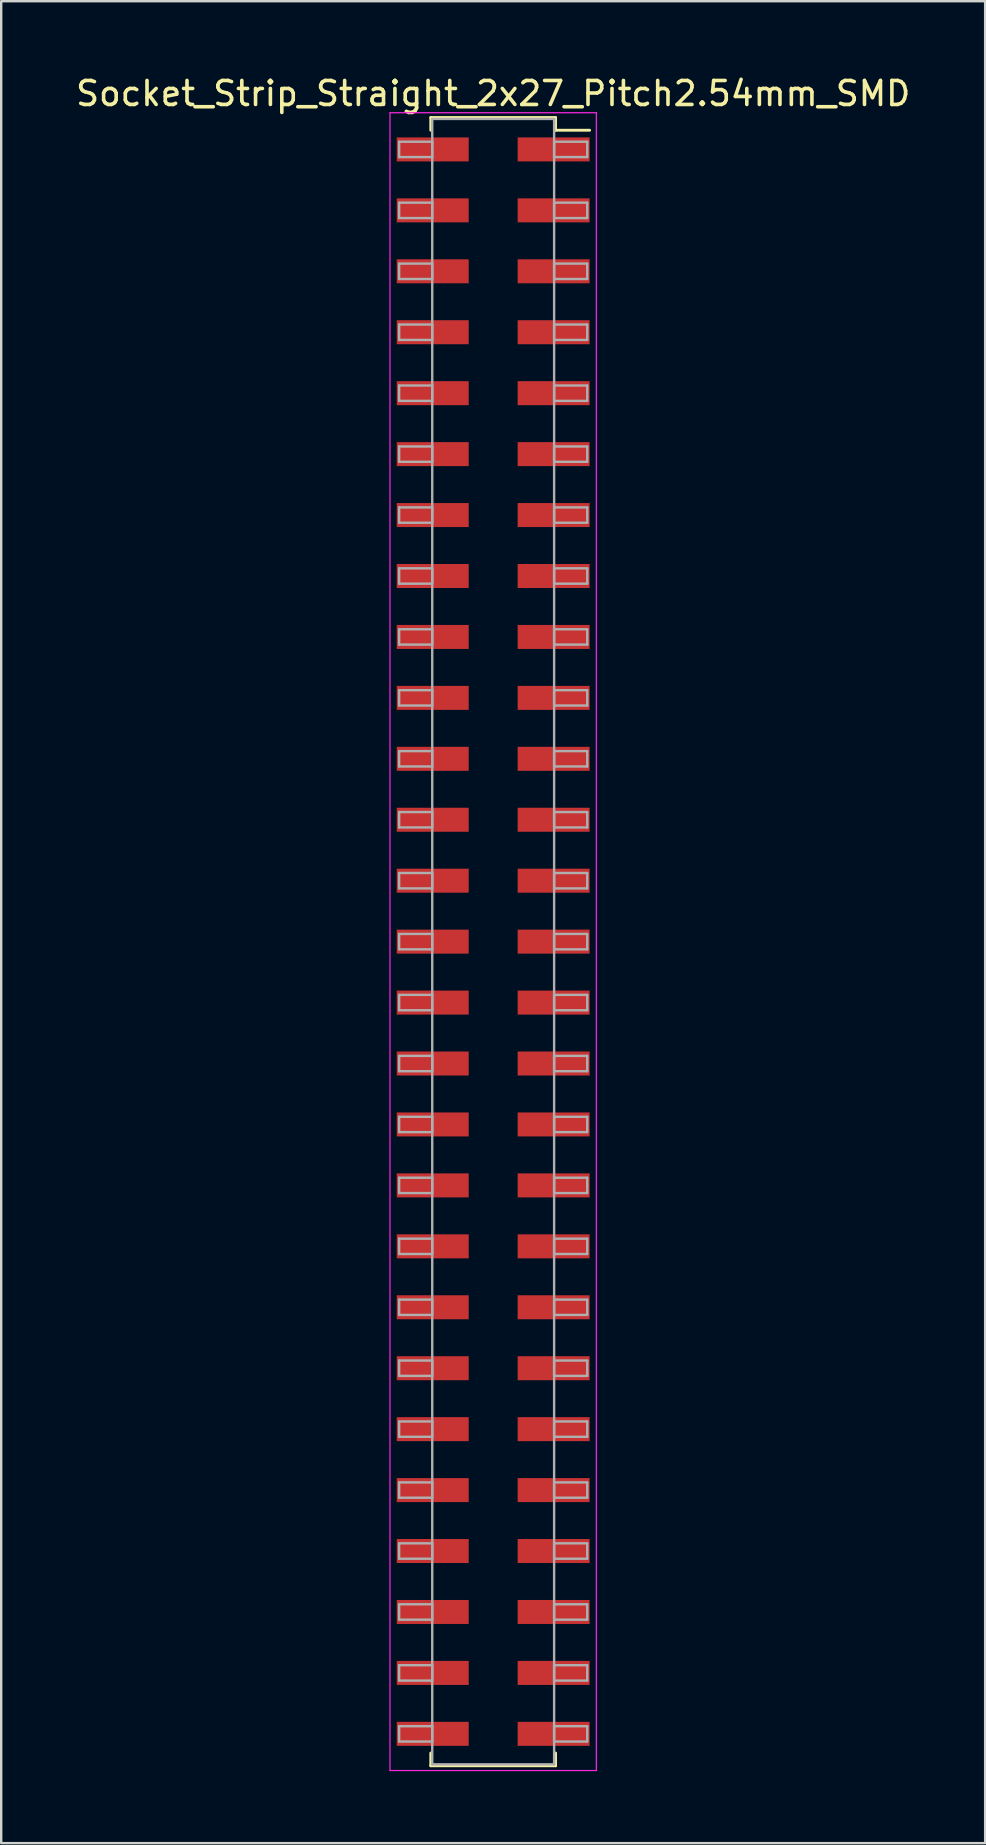
<source format=kicad_pcb>
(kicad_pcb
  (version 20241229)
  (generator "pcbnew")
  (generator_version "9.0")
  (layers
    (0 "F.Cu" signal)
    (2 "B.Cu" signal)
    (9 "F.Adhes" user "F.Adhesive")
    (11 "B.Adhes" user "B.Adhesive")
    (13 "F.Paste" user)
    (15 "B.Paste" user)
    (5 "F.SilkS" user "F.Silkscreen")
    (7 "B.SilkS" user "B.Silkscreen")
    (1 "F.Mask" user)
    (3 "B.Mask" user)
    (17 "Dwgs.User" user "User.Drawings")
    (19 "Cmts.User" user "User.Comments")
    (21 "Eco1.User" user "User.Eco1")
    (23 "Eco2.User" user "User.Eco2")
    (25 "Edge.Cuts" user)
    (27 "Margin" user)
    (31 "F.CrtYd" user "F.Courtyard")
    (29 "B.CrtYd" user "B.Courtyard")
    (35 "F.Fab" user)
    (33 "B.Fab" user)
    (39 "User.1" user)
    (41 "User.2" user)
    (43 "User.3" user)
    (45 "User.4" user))
  (footprint "Socket_Strip_Straight_2x27_Pitch2.54mm_SMD"
    (layer "F.Cu")
    (at 17.506 36.198)
    (property "Reference" "Socket_Strip_Straight_2x27_Pitch2.54mm_SMD" (at 0 -35.35 0) (layer "F.SilkS") (effects (font (size 1 1) (thickness 0.15))))
    (attr smd)
    (fp_line (start -2.6 -34.35) (end 2.6 -34.35) (stroke (width 0.12) (type solid)) (layer "F.SilkS"))
    (fp_line (start -2.6 -33.82) (end -2.6 -34.35) (stroke (width 0.12) (type solid)) (layer "F.SilkS"))
    (fp_line (start -2.6 33.82) (end -2.6 34.35) (stroke (width 0.12) (type solid)) (layer "F.SilkS"))
    (fp_line (start -2.6 34.35) (end 2.6 34.35) (stroke (width 0.12) (type solid)) (layer "F.SilkS"))
    (fp_line (start 2.6 -34.35) (end 2.6 -33.82) (stroke (width 0.12) (type solid)) (layer "F.SilkS"))
    (fp_line (start 2.6 34.35) (end 2.6 33.82) (stroke (width 0.12) (type solid)) (layer "F.SilkS"))
    (fp_line (start 4.02 -33.82) (end 2.6 -33.82) (stroke (width 0.12) (type solid)) (layer "F.SilkS"))
    (fp_line (start -4.3 -34.55) (end -4.3 34.55) (stroke (width 0.05) (type solid)) (layer "F.CrtYd"))
    (fp_line (start -4.3 34.55) (end 4.3 34.55) (stroke (width 0.05) (type solid)) (layer "F.CrtYd"))
    (fp_line (start 4.3 -34.55) (end -4.3 -34.55) (stroke (width 0.05) (type solid)) (layer "F.CrtYd"))
    (fp_line (start 4.3 34.55) (end 4.3 -34.55) (stroke (width 0.05) (type solid)) (layer "F.CrtYd"))
    (fp_line (start -3.92 -33.34) (end -2.54 -33.34) (stroke (width 0.1) (type solid)) (layer "F.Fab"))
    (fp_line (start -3.92 -32.7) (end -3.92 -33.34) (stroke (width 0.1) (type solid)) (layer "F.Fab"))
    (fp_line (start -3.92 -30.8) (end -2.54 -30.8) (stroke (width 0.1) (type solid)) (layer "F.Fab"))
    (fp_line (start -3.92 -30.16) (end -3.92 -30.8) (stroke (width 0.1) (type solid)) (layer "F.Fab"))
    (fp_line (start -3.92 -28.26) (end -2.54 -28.26) (stroke (width 0.1) (type solid)) (layer "F.Fab"))
    (fp_line (start -3.92 -27.62) (end -3.92 -28.26) (stroke (width 0.1) (type solid)) (layer "F.Fab"))
    (fp_line (start -3.92 -25.72) (end -2.54 -25.72) (stroke (width 0.1) (type solid)) (layer "F.Fab"))
    (fp_line (start -3.92 -25.08) (end -3.92 -25.72) (stroke (width 0.1) (type solid)) (layer "F.Fab"))
    (fp_line (start -3.92 -23.18) (end -2.54 -23.18) (stroke (width 0.1) (type solid)) (layer "F.Fab"))
    (fp_line (start -3.92 -22.54) (end -3.92 -23.18) (stroke (width 0.1) (type solid)) (layer "F.Fab"))
    (fp_line (start -3.92 -20.64) (end -2.54 -20.64) (stroke (width 0.1) (type solid)) (layer "F.Fab"))
    (fp_line (start -3.92 -20) (end -3.92 -20.64) (stroke (width 0.1) (type solid)) (layer "F.Fab"))
    (fp_line (start -3.92 -18.1) (end -2.54 -18.1) (stroke (width 0.1) (type solid)) (layer "F.Fab"))
    (fp_line (start -3.92 -17.46) (end -3.92 -18.1) (stroke (width 0.1) (type solid)) (layer "F.Fab"))
    (fp_line (start -3.92 -15.56) (end -2.54 -15.56) (stroke (width 0.1) (type solid)) (layer "F.Fab"))
    (fp_line (start -3.92 -14.92) (end -3.92 -15.56) (stroke (width 0.1) (type solid)) (layer "F.Fab"))
    (fp_line (start -3.92 -13.02) (end -2.54 -13.02) (stroke (width 0.1) (type solid)) (layer "F.Fab"))
    (fp_line (start -3.92 -12.38) (end -3.92 -13.02) (stroke (width 0.1) (type solid)) (layer "F.Fab"))
    (fp_line (start -3.92 -10.48) (end -2.54 -10.48) (stroke (width 0.1) (type solid)) (layer "F.Fab"))
    (fp_line (start -3.92 -9.84) (end -3.92 -10.48) (stroke (width 0.1) (type solid)) (layer "F.Fab"))
    (fp_line (start -3.92 -7.94) (end -2.54 -7.94) (stroke (width 0.1) (type solid)) (layer "F.Fab"))
    (fp_line (start -3.92 -7.3) (end -3.92 -7.94) (stroke (width 0.1) (type solid)) (layer "F.Fab"))
    (fp_line (start -3.92 -5.4) (end -2.54 -5.4) (stroke (width 0.1) (type solid)) (layer "F.Fab"))
    (fp_line (start -3.92 -4.76) (end -3.92 -5.4) (stroke (width 0.1) (type solid)) (layer "F.Fab"))
    (fp_line (start -3.92 -2.86) (end -2.54 -2.86) (stroke (width 0.1) (type solid)) (layer "F.Fab"))
    (fp_line (start -3.92 -2.22) (end -3.92 -2.86) (stroke (width 0.1) (type solid)) (layer "F.Fab"))
    (fp_line (start -3.92 -0.32) (end -2.54 -0.32) (stroke (width 0.1) (type solid)) (layer "F.Fab"))
    (fp_line (start -3.92 0.32) (end -3.92 -0.32) (stroke (width 0.1) (type solid)) (layer "F.Fab"))
    (fp_line (start -3.92 2.22) (end -2.54 2.22) (stroke (width 0.1) (type solid)) (layer "F.Fab"))
    (fp_line (start -3.92 2.86) (end -3.92 2.22) (stroke (width 0.1) (type solid)) (layer "F.Fab"))
    (fp_line (start -3.92 4.76) (end -2.54 4.76) (stroke (width 0.1) (type solid)) (layer "F.Fab"))
    (fp_line (start -3.92 5.4) (end -3.92 4.76) (stroke (width 0.1) (type solid)) (layer "F.Fab"))
    (fp_line (start -3.92 7.3) (end -2.54 7.3) (stroke (width 0.1) (type solid)) (layer "F.Fab"))
    (fp_line (start -3.92 7.94) (end -3.92 7.3) (stroke (width 0.1) (type solid)) (layer "F.Fab"))
    (fp_line (start -3.92 9.84) (end -2.54 9.84) (stroke (width 0.1) (type solid)) (layer "F.Fab"))
    (fp_line (start -3.92 10.48) (end -3.92 9.84) (stroke (width 0.1) (type solid)) (layer "F.Fab"))
    (fp_line (start -3.92 12.38) (end -2.54 12.38) (stroke (width 0.1) (type solid)) (layer "F.Fab"))
    (fp_line (start -3.92 13.02) (end -3.92 12.38) (stroke (width 0.1) (type solid)) (layer "F.Fab"))
    (fp_line (start -3.92 14.92) (end -2.54 14.92) (stroke (width 0.1) (type solid)) (layer "F.Fab"))
    (fp_line (start -3.92 15.56) (end -3.92 14.92) (stroke (width 0.1) (type solid)) (layer "F.Fab"))
    (fp_line (start -3.92 17.46) (end -2.54 17.46) (stroke (width 0.1) (type solid)) (layer "F.Fab"))
    (fp_line (start -3.92 18.1) (end -3.92 17.46) (stroke (width 0.1) (type solid)) (layer "F.Fab"))
    (fp_line (start -3.92 20) (end -2.54 20) (stroke (width 0.1) (type solid)) (layer "F.Fab"))
    (fp_line (start -3.92 20.64) (end -3.92 20) (stroke (width 0.1) (type solid)) (layer "F.Fab"))
    (fp_line (start -3.92 22.54) (end -2.54 22.54) (stroke (width 0.1) (type solid)) (layer "F.Fab"))
    (fp_line (start -3.92 23.18) (end -3.92 22.54) (stroke (width 0.1) (type solid)) (layer "F.Fab"))
    (fp_line (start -3.92 25.08) (end -2.54 25.08) (stroke (width 0.1) (type solid)) (layer "F.Fab"))
    (fp_line (start -3.92 25.72) (end -3.92 25.08) (stroke (width 0.1) (type solid)) (layer "F.Fab"))
    (fp_line (start -3.92 27.62) (end -2.54 27.62) (stroke (width 0.1) (type solid)) (layer "F.Fab"))
    (fp_line (start -3.92 28.26) (end -3.92 27.62) (stroke (width 0.1) (type solid)) (layer "F.Fab"))
    (fp_line (start -3.92 30.16) (end -2.54 30.16) (stroke (width 0.1) (type solid)) (layer "F.Fab"))
    (fp_line (start -3.92 30.8) (end -3.92 30.16) (stroke (width 0.1) (type solid)) (layer "F.Fab"))
    (fp_line (start -3.92 32.7) (end -2.54 32.7) (stroke (width 0.1) (type solid)) (layer "F.Fab"))
    (fp_line (start -3.92 33.34) (end -3.92 32.7) (stroke (width 0.1) (type solid)) (layer "F.Fab"))
    (fp_line (start -2.54 -34.29) (end -2.54 34.29) (stroke (width 0.1) (type solid)) (layer "F.Fab"))
    (fp_line (start -2.54 -33.34) (end -2.54 -32.7) (stroke (width 0.1) (type solid)) (layer "F.Fab"))
    (fp_line (start -2.54 -32.7) (end -3.92 -32.7) (stroke (width 0.1) (type solid)) (layer "F.Fab"))
    (fp_line (start -2.54 -30.8) (end -2.54 -30.16) (stroke (width 0.1) (type solid)) (layer "F.Fab"))
    (fp_line (start -2.54 -30.16) (end -3.92 -30.16) (stroke (width 0.1) (type solid)) (layer "F.Fab"))
    (fp_line (start -2.54 -28.26) (end -2.54 -27.62) (stroke (width 0.1) (type solid)) (layer "F.Fab"))
    (fp_line (start -2.54 -27.62) (end -3.92 -27.62) (stroke (width 0.1) (type solid)) (layer "F.Fab"))
    (fp_line (start -2.54 -25.72) (end -2.54 -25.08) (stroke (width 0.1) (type solid)) (layer "F.Fab"))
    (fp_line (start -2.54 -25.08) (end -3.92 -25.08) (stroke (width 0.1) (type solid)) (layer "F.Fab"))
    (fp_line (start -2.54 -23.18) (end -2.54 -22.54) (stroke (width 0.1) (type solid)) (layer "F.Fab"))
    (fp_line (start -2.54 -22.54) (end -3.92 -22.54) (stroke (width 0.1) (type solid)) (layer "F.Fab"))
    (fp_line (start -2.54 -20.64) (end -2.54 -20) (stroke (width 0.1) (type solid)) (layer "F.Fab"))
    (fp_line (start -2.54 -20) (end -3.92 -20) (stroke (width 0.1) (type solid)) (layer "F.Fab"))
    (fp_line (start -2.54 -18.1) (end -2.54 -17.46) (stroke (width 0.1) (type solid)) (layer "F.Fab"))
    (fp_line (start -2.54 -17.46) (end -3.92 -17.46) (stroke (width 0.1) (type solid)) (layer "F.Fab"))
    (fp_line (start -2.54 -15.56) (end -2.54 -14.92) (stroke (width 0.1) (type solid)) (layer "F.Fab"))
    (fp_line (start -2.54 -14.92) (end -3.92 -14.92) (stroke (width 0.1) (type solid)) (layer "F.Fab"))
    (fp_line (start -2.54 -13.02) (end -2.54 -12.38) (stroke (width 0.1) (type solid)) (layer "F.Fab"))
    (fp_line (start -2.54 -12.38) (end -3.92 -12.38) (stroke (width 0.1) (type solid)) (layer "F.Fab"))
    (fp_line (start -2.54 -10.48) (end -2.54 -9.84) (stroke (width 0.1) (type solid)) (layer "F.Fab"))
    (fp_line (start -2.54 -9.84) (end -3.92 -9.84) (stroke (width 0.1) (type solid)) (layer "F.Fab"))
    (fp_line (start -2.54 -7.94) (end -2.54 -7.3) (stroke (width 0.1) (type solid)) (layer "F.Fab"))
    (fp_line (start -2.54 -7.3) (end -3.92 -7.3) (stroke (width 0.1) (type solid)) (layer "F.Fab"))
    (fp_line (start -2.54 -5.4) (end -2.54 -4.76) (stroke (width 0.1) (type solid)) (layer "F.Fab"))
    (fp_line (start -2.54 -4.76) (end -3.92 -4.76) (stroke (width 0.1) (type solid)) (layer "F.Fab"))
    (fp_line (start -2.54 -2.86) (end -2.54 -2.22) (stroke (width 0.1) (type solid)) (layer "F.Fab"))
    (fp_line (start -2.54 -2.22) (end -3.92 -2.22) (stroke (width 0.1) (type solid)) (layer "F.Fab"))
    (fp_line (start -2.54 -0.32) (end -2.54 0.32) (stroke (width 0.1) (type solid)) (layer "F.Fab"))
    (fp_line (start -2.54 0.32) (end -3.92 0.32) (stroke (width 0.1) (type solid)) (layer "F.Fab"))
    (fp_line (start -2.54 2.22) (end -2.54 2.86) (stroke (width 0.1) (type solid)) (layer "F.Fab"))
    (fp_line (start -2.54 2.86) (end -3.92 2.86) (stroke (width 0.1) (type solid)) (layer "F.Fab"))
    (fp_line (start -2.54 4.76) (end -2.54 5.4) (stroke (width 0.1) (type solid)) (layer "F.Fab"))
    (fp_line (start -2.54 5.4) (end -3.92 5.4) (stroke (width 0.1) (type solid)) (layer "F.Fab"))
    (fp_line (start -2.54 7.3) (end -2.54 7.94) (stroke (width 0.1) (type solid)) (layer "F.Fab"))
    (fp_line (start -2.54 7.94) (end -3.92 7.94) (stroke (width 0.1) (type solid)) (layer "F.Fab"))
    (fp_line (start -2.54 9.84) (end -2.54 10.48) (stroke (width 0.1) (type solid)) (layer "F.Fab"))
    (fp_line (start -2.54 10.48) (end -3.92 10.48) (stroke (width 0.1) (type solid)) (layer "F.Fab"))
    (fp_line (start -2.54 12.38) (end -2.54 13.02) (stroke (width 0.1) (type solid)) (layer "F.Fab"))
    (fp_line (start -2.54 13.02) (end -3.92 13.02) (stroke (width 0.1) (type solid)) (layer "F.Fab"))
    (fp_line (start -2.54 14.92) (end -2.54 15.56) (stroke (width 0.1) (type solid)) (layer "F.Fab"))
    (fp_line (start -2.54 15.56) (end -3.92 15.56) (stroke (width 0.1) (type solid)) (layer "F.Fab"))
    (fp_line (start -2.54 17.46) (end -2.54 18.1) (stroke (width 0.1) (type solid)) (layer "F.Fab"))
    (fp_line (start -2.54 18.1) (end -3.92 18.1) (stroke (width 0.1) (type solid)) (layer "F.Fab"))
    (fp_line (start -2.54 20) (end -2.54 20.64) (stroke (width 0.1) (type solid)) (layer "F.Fab"))
    (fp_line (start -2.54 20.64) (end -3.92 20.64) (stroke (width 0.1) (type solid)) (layer "F.Fab"))
    (fp_line (start -2.54 22.54) (end -2.54 23.18) (stroke (width 0.1) (type solid)) (layer "F.Fab"))
    (fp_line (start -2.54 23.18) (end -3.92 23.18) (stroke (width 0.1) (type solid)) (layer "F.Fab"))
    (fp_line (start -2.54 25.08) (end -2.54 25.72) (stroke (width 0.1) (type solid)) (layer "F.Fab"))
    (fp_line (start -2.54 25.72) (end -3.92 25.72) (stroke (width 0.1) (type solid)) (layer "F.Fab"))
    (fp_line (start -2.54 27.62) (end -2.54 28.26) (stroke (width 0.1) (type solid)) (layer "F.Fab"))
    (fp_line (start -2.54 28.26) (end -3.92 28.26) (stroke (width 0.1) (type solid)) (layer "F.Fab"))
    (fp_line (start -2.54 30.16) (end -2.54 30.8) (stroke (width 0.1) (type solid)) (layer "F.Fab"))
    (fp_line (start -2.54 30.8) (end -3.92 30.8) (stroke (width 0.1) (type solid)) (layer "F.Fab"))
    (fp_line (start -2.54 32.7) (end -2.54 33.34) (stroke (width 0.1) (type solid)) (layer "F.Fab"))
    (fp_line (start -2.54 33.34) (end -3.92 33.34) (stroke (width 0.1) (type solid)) (layer "F.Fab"))
    (fp_line (start -2.54 34.29) (end 2.54 34.29) (stroke (width 0.1) (type solid)) (layer "F.Fab"))
    (fp_line (start 2.54 -34.29) (end -2.54 -34.29) (stroke (width 0.1) (type solid)) (layer "F.Fab"))
    (fp_line (start 2.54 -33.34) (end 2.54 -32.7) (stroke (width 0.1) (type solid)) (layer "F.Fab"))
    (fp_line (start 2.54 -32.7) (end 3.92 -32.7) (stroke (width 0.1) (type solid)) (layer "F.Fab"))
    (fp_line (start 2.54 -30.8) (end 2.54 -30.16) (stroke (width 0.1) (type solid)) (layer "F.Fab"))
    (fp_line (start 2.54 -30.16) (end 3.92 -30.16) (stroke (width 0.1) (type solid)) (layer "F.Fab"))
    (fp_line (start 2.54 -28.26) (end 2.54 -27.62) (stroke (width 0.1) (type solid)) (layer "F.Fab"))
    (fp_line (start 2.54 -27.62) (end 3.92 -27.62) (stroke (width 0.1) (type solid)) (layer "F.Fab"))
    (fp_line (start 2.54 -25.72) (end 2.54 -25.08) (stroke (width 0.1) (type solid)) (layer "F.Fab"))
    (fp_line (start 2.54 -25.08) (end 3.92 -25.08) (stroke (width 0.1) (type solid)) (layer "F.Fab"))
    (fp_line (start 2.54 -23.18) (end 2.54 -22.54) (stroke (width 0.1) (type solid)) (layer "F.Fab"))
    (fp_line (start 2.54 -22.54) (end 3.92 -22.54) (stroke (width 0.1) (type solid)) (layer "F.Fab"))
    (fp_line (start 2.54 -20.64) (end 2.54 -20) (stroke (width 0.1) (type solid)) (layer "F.Fab"))
    (fp_line (start 2.54 -20) (end 3.92 -20) (stroke (width 0.1) (type solid)) (layer "F.Fab"))
    (fp_line (start 2.54 -18.1) (end 2.54 -17.46) (stroke (width 0.1) (type solid)) (layer "F.Fab"))
    (fp_line (start 2.54 -17.46) (end 3.92 -17.46) (stroke (width 0.1) (type solid)) (layer "F.Fab"))
    (fp_line (start 2.54 -15.56) (end 2.54 -14.92) (stroke (width 0.1) (type solid)) (layer "F.Fab"))
    (fp_line (start 2.54 -14.92) (end 3.92 -14.92) (stroke (width 0.1) (type solid)) (layer "F.Fab"))
    (fp_line (start 2.54 -13.02) (end 2.54 -12.38) (stroke (width 0.1) (type solid)) (layer "F.Fab"))
    (fp_line (start 2.54 -12.38) (end 3.92 -12.38) (stroke (width 0.1) (type solid)) (layer "F.Fab"))
    (fp_line (start 2.54 -10.48) (end 2.54 -9.84) (stroke (width 0.1) (type solid)) (layer "F.Fab"))
    (fp_line (start 2.54 -9.84) (end 3.92 -9.84) (stroke (width 0.1) (type solid)) (layer "F.Fab"))
    (fp_line (start 2.54 -7.94) (end 2.54 -7.3) (stroke (width 0.1) (type solid)) (layer "F.Fab"))
    (fp_line (start 2.54 -7.3) (end 3.92 -7.3) (stroke (width 0.1) (type solid)) (layer "F.Fab"))
    (fp_line (start 2.54 -5.4) (end 2.54 -4.76) (stroke (width 0.1) (type solid)) (layer "F.Fab"))
    (fp_line (start 2.54 -4.76) (end 3.92 -4.76) (stroke (width 0.1) (type solid)) (layer "F.Fab"))
    (fp_line (start 2.54 -2.86) (end 2.54 -2.22) (stroke (width 0.1) (type solid)) (layer "F.Fab"))
    (fp_line (start 2.54 -2.22) (end 3.92 -2.22) (stroke (width 0.1) (type solid)) (layer "F.Fab"))
    (fp_line (start 2.54 -0.32) (end 2.54 0.32) (stroke (width 0.1) (type solid)) (layer "F.Fab"))
    (fp_line (start 2.54 0.32) (end 3.92 0.32) (stroke (width 0.1) (type solid)) (layer "F.Fab"))
    (fp_line (start 2.54 2.22) (end 2.54 2.86) (stroke (width 0.1) (type solid)) (layer "F.Fab"))
    (fp_line (start 2.54 2.86) (end 3.92 2.86) (stroke (width 0.1) (type solid)) (layer "F.Fab"))
    (fp_line (start 2.54 4.76) (end 2.54 5.4) (stroke (width 0.1) (type solid)) (layer "F.Fab"))
    (fp_line (start 2.54 5.4) (end 3.92 5.4) (stroke (width 0.1) (type solid)) (layer "F.Fab"))
    (fp_line (start 2.54 7.3) (end 2.54 7.94) (stroke (width 0.1) (type solid)) (layer "F.Fab"))
    (fp_line (start 2.54 7.94) (end 3.92 7.94) (stroke (width 0.1) (type solid)) (layer "F.Fab"))
    (fp_line (start 2.54 9.84) (end 2.54 10.48) (stroke (width 0.1) (type solid)) (layer "F.Fab"))
    (fp_line (start 2.54 10.48) (end 3.92 10.48) (stroke (width 0.1) (type solid)) (layer "F.Fab"))
    (fp_line (start 2.54 12.38) (end 2.54 13.02) (stroke (width 0.1) (type solid)) (layer "F.Fab"))
    (fp_line (start 2.54 13.02) (end 3.92 13.02) (stroke (width 0.1) (type solid)) (layer "F.Fab"))
    (fp_line (start 2.54 14.92) (end 2.54 15.56) (stroke (width 0.1) (type solid)) (layer "F.Fab"))
    (fp_line (start 2.54 15.56) (end 3.92 15.56) (stroke (width 0.1) (type solid)) (layer "F.Fab"))
    (fp_line (start 2.54 17.46) (end 2.54 18.1) (stroke (width 0.1) (type solid)) (layer "F.Fab"))
    (fp_line (start 2.54 18.1) (end 3.92 18.1) (stroke (width 0.1) (type solid)) (layer "F.Fab"))
    (fp_line (start 2.54 20) (end 2.54 20.64) (stroke (width 0.1) (type solid)) (layer "F.Fab"))
    (fp_line (start 2.54 20.64) (end 3.92 20.64) (stroke (width 0.1) (type solid)) (layer "F.Fab"))
    (fp_line (start 2.54 22.54) (end 2.54 23.18) (stroke (width 0.1) (type solid)) (layer "F.Fab"))
    (fp_line (start 2.54 23.18) (end 3.92 23.18) (stroke (width 0.1) (type solid)) (layer "F.Fab"))
    (fp_line (start 2.54 25.08) (end 2.54 25.72) (stroke (width 0.1) (type solid)) (layer "F.Fab"))
    (fp_line (start 2.54 25.72) (end 3.92 25.72) (stroke (width 0.1) (type solid)) (layer "F.Fab"))
    (fp_line (start 2.54 27.62) (end 2.54 28.26) (stroke (width 0.1) (type solid)) (layer "F.Fab"))
    (fp_line (start 2.54 28.26) (end 3.92 28.26) (stroke (width 0.1) (type solid)) (layer "F.Fab"))
    (fp_line (start 2.54 30.16) (end 2.54 30.8) (stroke (width 0.1) (type solid)) (layer "F.Fab"))
    (fp_line (start 2.54 30.8) (end 3.92 30.8) (stroke (width 0.1) (type solid)) (layer "F.Fab"))
    (fp_line (start 2.54 32.7) (end 2.54 33.34) (stroke (width 0.1) (type solid)) (layer "F.Fab"))
    (fp_line (start 2.54 33.34) (end 3.92 33.34) (stroke (width 0.1) (type solid)) (layer "F.Fab"))
    (fp_line (start 2.54 34.29) (end 2.54 -34.29) (stroke (width 0.1) (type solid)) (layer "F.Fab"))
    (fp_line (start 3.92 -33.34) (end 2.54 -33.34) (stroke (width 0.1) (type solid)) (layer "F.Fab"))
    (fp_line (start 3.92 -32.7) (end 3.92 -33.34) (stroke (width 0.1) (type solid)) (layer "F.Fab"))
    (fp_line (start 3.92 -30.8) (end 2.54 -30.8) (stroke (width 0.1) (type solid)) (layer "F.Fab"))
    (fp_line (start 3.92 -30.16) (end 3.92 -30.8) (stroke (width 0.1) (type solid)) (layer "F.Fab"))
    (fp_line (start 3.92 -28.26) (end 2.54 -28.26) (stroke (width 0.1) (type solid)) (layer "F.Fab"))
    (fp_line (start 3.92 -27.62) (end 3.92 -28.26) (stroke (width 0.1) (type solid)) (layer "F.Fab"))
    (fp_line (start 3.92 -25.72) (end 2.54 -25.72) (stroke (width 0.1) (type solid)) (layer "F.Fab"))
    (fp_line (start 3.92 -25.08) (end 3.92 -25.72) (stroke (width 0.1) (type solid)) (layer "F.Fab"))
    (fp_line (start 3.92 -23.18) (end 2.54 -23.18) (stroke (width 0.1) (type solid)) (layer "F.Fab"))
    (fp_line (start 3.92 -22.54) (end 3.92 -23.18) (stroke (width 0.1) (type solid)) (layer "F.Fab"))
    (fp_line (start 3.92 -20.64) (end 2.54 -20.64) (stroke (width 0.1) (type solid)) (layer "F.Fab"))
    (fp_line (start 3.92 -20) (end 3.92 -20.64) (stroke (width 0.1) (type solid)) (layer "F.Fab"))
    (fp_line (start 3.92 -18.1) (end 2.54 -18.1) (stroke (width 0.1) (type solid)) (layer "F.Fab"))
    (fp_line (start 3.92 -17.46) (end 3.92 -18.1) (stroke (width 0.1) (type solid)) (layer "F.Fab"))
    (fp_line (start 3.92 -15.56) (end 2.54 -15.56) (stroke (width 0.1) (type solid)) (layer "F.Fab"))
    (fp_line (start 3.92 -14.92) (end 3.92 -15.56) (stroke (width 0.1) (type solid)) (layer "F.Fab"))
    (fp_line (start 3.92 -13.02) (end 2.54 -13.02) (stroke (width 0.1) (type solid)) (layer "F.Fab"))
    (fp_line (start 3.92 -12.38) (end 3.92 -13.02) (stroke (width 0.1) (type solid)) (layer "F.Fab"))
    (fp_line (start 3.92 -10.48) (end 2.54 -10.48) (stroke (width 0.1) (type solid)) (layer "F.Fab"))
    (fp_line (start 3.92 -9.84) (end 3.92 -10.48) (stroke (width 0.1) (type solid)) (layer "F.Fab"))
    (fp_line (start 3.92 -7.94) (end 2.54 -7.94) (stroke (width 0.1) (type solid)) (layer "F.Fab"))
    (fp_line (start 3.92 -7.3) (end 3.92 -7.94) (stroke (width 0.1) (type solid)) (layer "F.Fab"))
    (fp_line (start 3.92 -5.4) (end 2.54 -5.4) (stroke (width 0.1) (type solid)) (layer "F.Fab"))
    (fp_line (start 3.92 -4.76) (end 3.92 -5.4) (stroke (width 0.1) (type solid)) (layer "F.Fab"))
    (fp_line (start 3.92 -2.86) (end 2.54 -2.86) (stroke (width 0.1) (type solid)) (layer "F.Fab"))
    (fp_line (start 3.92 -2.22) (end 3.92 -2.86) (stroke (width 0.1) (type solid)) (layer "F.Fab"))
    (fp_line (start 3.92 -0.32) (end 2.54 -0.32) (stroke (width 0.1) (type solid)) (layer "F.Fab"))
    (fp_line (start 3.92 0.32) (end 3.92 -0.32) (stroke (width 0.1) (type solid)) (layer "F.Fab"))
    (fp_line (start 3.92 2.22) (end 2.54 2.22) (stroke (width 0.1) (type solid)) (layer "F.Fab"))
    (fp_line (start 3.92 2.86) (end 3.92 2.22) (stroke (width 0.1) (type solid)) (layer "F.Fab"))
    (fp_line (start 3.92 4.76) (end 2.54 4.76) (stroke (width 0.1) (type solid)) (layer "F.Fab"))
    (fp_line (start 3.92 5.4) (end 3.92 4.76) (stroke (width 0.1) (type solid)) (layer "F.Fab"))
    (fp_line (start 3.92 7.3) (end 2.54 7.3) (stroke (width 0.1) (type solid)) (layer "F.Fab"))
    (fp_line (start 3.92 7.94) (end 3.92 7.3) (stroke (width 0.1) (type solid)) (layer "F.Fab"))
    (fp_line (start 3.92 9.84) (end 2.54 9.84) (stroke (width 0.1) (type solid)) (layer "F.Fab"))
    (fp_line (start 3.92 10.48) (end 3.92 9.84) (stroke (width 0.1) (type solid)) (layer "F.Fab"))
    (fp_line (start 3.92 12.38) (end 2.54 12.38) (stroke (width 0.1) (type solid)) (layer "F.Fab"))
    (fp_line (start 3.92 13.02) (end 3.92 12.38) (stroke (width 0.1) (type solid)) (layer "F.Fab"))
    (fp_line (start 3.92 14.92) (end 2.54 14.92) (stroke (width 0.1) (type solid)) (layer "F.Fab"))
    (fp_line (start 3.92 15.56) (end 3.92 14.92) (stroke (width 0.1) (type solid)) (layer "F.Fab"))
    (fp_line (start 3.92 17.46) (end 2.54 17.46) (stroke (width 0.1) (type solid)) (layer "F.Fab"))
    (fp_line (start 3.92 18.1) (end 3.92 17.46) (stroke (width 0.1) (type solid)) (layer "F.Fab"))
    (fp_line (start 3.92 20) (end 2.54 20) (stroke (width 0.1) (type solid)) (layer "F.Fab"))
    (fp_line (start 3.92 20.64) (end 3.92 20) (stroke (width 0.1) (type solid)) (layer "F.Fab"))
    (fp_line (start 3.92 22.54) (end 2.54 22.54) (stroke (width 0.1) (type solid)) (layer "F.Fab"))
    (fp_line (start 3.92 23.18) (end 3.92 22.54) (stroke (width 0.1) (type solid)) (layer "F.Fab"))
    (fp_line (start 3.92 25.08) (end 2.54 25.08) (stroke (width 0.1) (type solid)) (layer "F.Fab"))
    (fp_line (start 3.92 25.72) (end 3.92 25.08) (stroke (width 0.1) (type solid)) (layer "F.Fab"))
    (fp_line (start 3.92 27.62) (end 2.54 27.62) (stroke (width 0.1) (type solid)) (layer "F.Fab"))
    (fp_line (start 3.92 28.26) (end 3.92 27.62) (stroke (width 0.1) (type solid)) (layer "F.Fab"))
    (fp_line (start 3.92 30.16) (end 2.54 30.16) (stroke (width 0.1) (type solid)) (layer "F.Fab"))
    (fp_line (start 3.92 30.8) (end 3.92 30.16) (stroke (width 0.1) (type solid)) (layer "F.Fab"))
    (fp_line (start 3.92 32.7) (end 2.54 32.7) (stroke (width 0.1) (type solid)) (layer "F.Fab"))
    (fp_line (start 3.92 33.34) (end 3.92 32.7) (stroke (width 0.1) (type solid)) (layer "F.Fab"))
    (pad "1" smd rect (at 2.52 -33.02) (size 3 1) (layers "F.Cu" "F.Mask"))
    (pad "2" smd rect (at -2.52 -33.02) (size 3 1) (layers "F.Cu" "F.Mask"))
    (pad "3" smd rect (at 2.52 -30.48) (size 3 1) (layers "F.Cu" "F.Mask"))
    (pad "4" smd rect (at -2.52 -30.48) (size 3 1) (layers "F.Cu" "F.Mask"))
    (pad "5" smd rect (at 2.52 -27.94) (size 3 1) (layers "F.Cu" "F.Mask"))
    (pad "6" smd rect (at -2.52 -27.94) (size 3 1) (layers "F.Cu" "F.Mask"))
    (pad "7" smd rect (at 2.52 -25.4) (size 3 1) (layers "F.Cu" "F.Mask"))
    (pad "8" smd rect (at -2.52 -25.4) (size 3 1) (layers "F.Cu" "F.Mask"))
    (pad "9" smd rect (at 2.52 -22.86) (size 3 1) (layers "F.Cu" "F.Mask"))
    (pad "10" smd rect (at -2.52 -22.86) (size 3 1) (layers "F.Cu" "F.Mask"))
    (pad "11" smd rect (at 2.52 -20.32) (size 3 1) (layers "F.Cu" "F.Mask"))
    (pad "12" smd rect (at -2.52 -20.32) (size 3 1) (layers "F.Cu" "F.Mask"))
    (pad "13" smd rect (at 2.52 -17.78) (size 3 1) (layers "F.Cu" "F.Mask"))
    (pad "14" smd rect (at -2.52 -17.78) (size 3 1) (layers "F.Cu" "F.Mask"))
    (pad "15" smd rect (at 2.52 -15.24) (size 3 1) (layers "F.Cu" "F.Mask"))
    (pad "16" smd rect (at -2.52 -15.24) (size 3 1) (layers "F.Cu" "F.Mask"))
    (pad "17" smd rect (at 2.52 -12.7) (size 3 1) (layers "F.Cu" "F.Mask"))
    (pad "18" smd rect (at -2.52 -12.7) (size 3 1) (layers "F.Cu" "F.Mask"))
    (pad "19" smd rect (at 2.52 -10.16) (size 3 1) (layers "F.Cu" "F.Mask"))
    (pad "20" smd rect (at -2.52 -10.16) (size 3 1) (layers "F.Cu" "F.Mask"))
    (pad "21" smd rect (at 2.52 -7.62) (size 3 1) (layers "F.Cu" "F.Mask"))
    (pad "22" smd rect (at -2.52 -7.62) (size 3 1) (layers "F.Cu" "F.Mask"))
    (pad "23" smd rect (at 2.52 -5.08) (size 3 1) (layers "F.Cu" "F.Mask"))
    (pad "24" smd rect (at -2.52 -5.08) (size 3 1) (layers "F.Cu" "F.Mask"))
    (pad "25" smd rect (at 2.52 -2.54) (size 3 1) (layers "F.Cu" "F.Mask"))
    (pad "26" smd rect (at -2.52 -2.54) (size 3 1) (layers "F.Cu" "F.Mask"))
    (pad "27" smd rect (at 2.52 0) (size 3 1) (layers "F.Cu" "F.Mask"))
    (pad "28" smd rect (at -2.52 0) (size 3 1) (layers "F.Cu" "F.Mask"))
    (pad "29" smd rect (at 2.52 2.54) (size 3 1) (layers "F.Cu" "F.Mask"))
    (pad "30" smd rect (at -2.52 2.54) (size 3 1) (layers "F.Cu" "F.Mask"))
    (pad "31" smd rect (at 2.52 5.08) (size 3 1) (layers "F.Cu" "F.Mask"))
    (pad "32" smd rect (at -2.52 5.08) (size 3 1) (layers "F.Cu" "F.Mask"))
    (pad "33" smd rect (at 2.52 7.62) (size 3 1) (layers "F.Cu" "F.Mask"))
    (pad "34" smd rect (at -2.52 7.62) (size 3 1) (layers "F.Cu" "F.Mask"))
    (pad "35" smd rect (at 2.52 10.16) (size 3 1) (layers "F.Cu" "F.Mask"))
    (pad "36" smd rect (at -2.52 10.16) (size 3 1) (layers "F.Cu" "F.Mask"))
    (pad "37" smd rect (at 2.52 12.7) (size 3 1) (layers "F.Cu" "F.Mask"))
    (pad "38" smd rect (at -2.52 12.7) (size 3 1) (layers "F.Cu" "F.Mask"))
    (pad "39" smd rect (at 2.52 15.24) (size 3 1) (layers "F.Cu" "F.Mask"))
    (pad "40" smd rect (at -2.52 15.24) (size 3 1) (layers "F.Cu" "F.Mask"))
    (pad "41" smd rect (at 2.52 17.78) (size 3 1) (layers "F.Cu" "F.Mask"))
    (pad "42" smd rect (at -2.52 17.78) (size 3 1) (layers "F.Cu" "F.Mask"))
    (pad "43" smd rect (at 2.52 20.32) (size 3 1) (layers "F.Cu" "F.Mask"))
    (pad "44" smd rect (at -2.52 20.32) (size 3 1) (layers "F.Cu" "F.Mask"))
    (pad "45" smd rect (at 2.52 22.86) (size 3 1) (layers "F.Cu" "F.Mask"))
    (pad "46" smd rect (at -2.52 22.86) (size 3 1) (layers "F.Cu" "F.Mask"))
    (pad "47" smd rect (at 2.52 25.4) (size 3 1) (layers "F.Cu" "F.Mask"))
    (pad "48" smd rect (at -2.52 25.4) (size 3 1) (layers "F.Cu" "F.Mask"))
    (pad "49" smd rect (at 2.52 27.94) (size 3 1) (layers "F.Cu" "F.Mask"))
    (pad "50" smd rect (at -2.52 27.94) (size 3 1) (layers "F.Cu" "F.Mask"))
    (pad "51" smd rect (at 2.52 30.48) (size 3 1) (layers "F.Cu" "F.Mask"))
    (pad "52" smd rect (at -2.52 30.48) (size 3 1) (layers "F.Cu" "F.Mask"))
    (pad "53" smd rect (at 2.52 33.02) (size 3 1) (layers "F.Cu" "F.Mask"))
    (pad "54" smd rect (at -2.52 33.02) (size 3 1) (layers "F.Cu" "F.Mask")))
  (gr_rect
    (start -3 -3)
    (end 38.012 73.773)
    (stroke (width 0.1) (type default))
    (fill no)
    (layer "Edge.Cuts")))
</source>
